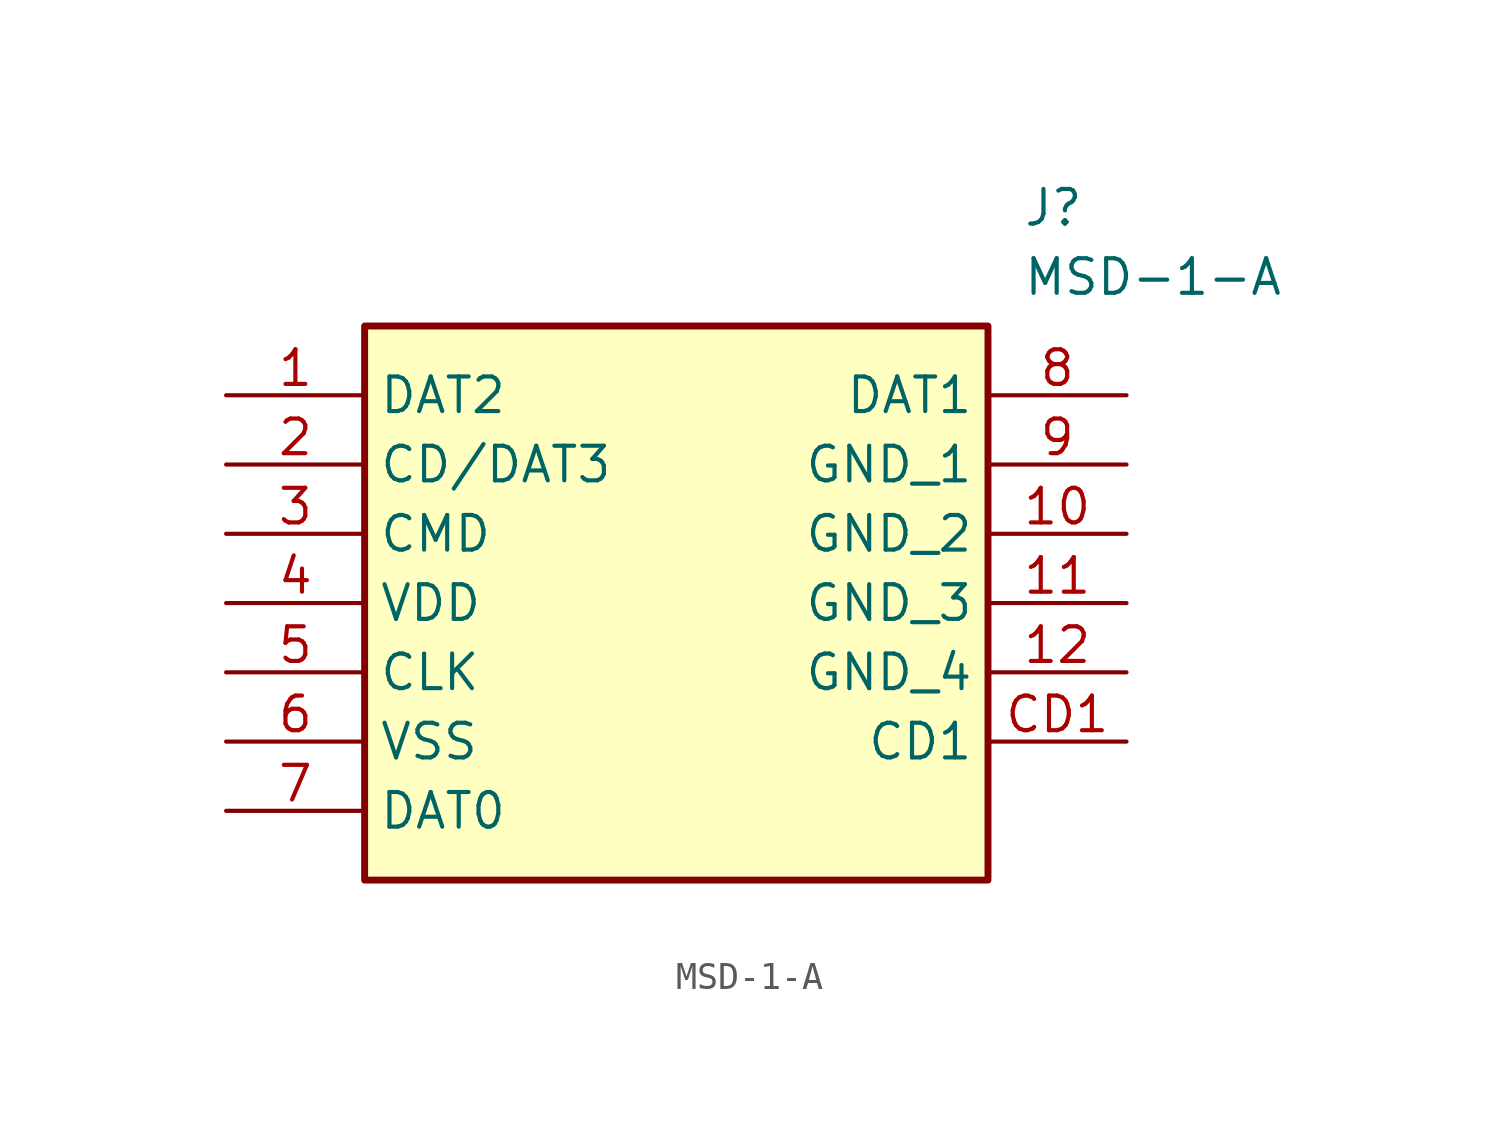
<source format=kicad_sym>
(kicad_symbol_lib
  (version 20211014)
  (generator SamacSys_ECAD_Model)
  (symbol "MSD-1-A"
    (property "Reference" "J"
      (at 29.21 7.62 0)
      (effects (font (size 1.27 1.27)) (justify left top)))
    (property "Value" "MSD-1-A"
      (at 29.21 5.08 0)
      (effects (font (size 1.27 1.27)) (justify left top)))
    (rectangle
      (start 5.08 2.54)
      (end 27.94 -17.78)
      (stroke (width 0.254) (type default))
      (fill (type background)))
    (pin passive line
      (at 0 0 0)
      (length 5.08)
      (name "DAT2" (effects (font (size 1.27 1.27))))
      (number "1" (effects (font (size 1.27 1.27)))))
    (pin passive line
      (at 0 -2.54 0)
      (length 5.08)
      (name "CD/DAT3" (effects (font (size 1.27 1.27))))
      (number "2" (effects (font (size 1.27 1.27)))))
    (pin passive line
      (at 0 -5.08 0)
      (length 5.08)
      (name "CMD" (effects (font (size 1.27 1.27))))
      (number "3" (effects (font (size 1.27 1.27)))))
    (pin passive line
      (at 0 -7.62 0)
      (length 5.08)
      (name "VDD" (effects (font (size 1.27 1.27))))
      (number "4" (effects (font (size 1.27 1.27)))))
    (pin passive line
      (at 0 -10.16 0)
      (length 5.08)
      (name "CLK" (effects (font (size 1.27 1.27))))
      (number "5" (effects (font (size 1.27 1.27)))))
    (pin passive line
      (at 0 -12.7 0)
      (length 5.08)
      (name "VSS" (effects (font (size 1.27 1.27))))
      (number "6" (effects (font (size 1.27 1.27)))))
    (pin passive line
      (at 0 -15.24 0)
      (length 5.08)
      (name "DAT0" (effects (font (size 1.27 1.27))))
      (number "7" (effects (font (size 1.27 1.27)))))
    (pin passive line
      (at 33.02 0 180)
      (length 5.08)
      (name "DAT1" (effects (font (size 1.27 1.27))))
      (number "8" (effects (font (size 1.27 1.27)))))
    (pin passive line
      (at 33.02 -2.54 180)
      (length 5.08)
      (name "GND_1" (effects (font (size 1.27 1.27))))
      (number "9" (effects (font (size 1.27 1.27)))))
    (pin passive line
      (at 33.02 -5.08 180)
      (length 5.08)
      (name "GND_2" (effects (font (size 1.27 1.27))))
      (number "10" (effects (font (size 1.27 1.27)))))
    (pin passive line
      (at 33.02 -7.62 180)
      (length 5.08)
      (name "GND_3" (effects (font (size 1.27 1.27))))
      (number "11" (effects (font (size 1.27 1.27)))))
    (pin passive line
      (at 33.02 -10.16 180)
      (length 5.08)
      (name "GND_4" (effects (font (size 1.27 1.27))))
      (number "12" (effects (font (size 1.27 1.27)))))
    (pin passive line
      (at 33.02 -12.7 180)
      (length 5.08)
      (name "CD1" (effects (font (size 1.27 1.27))))
      (number "CD1" (effects (font (size 1.27 1.27)))))))
</source>
